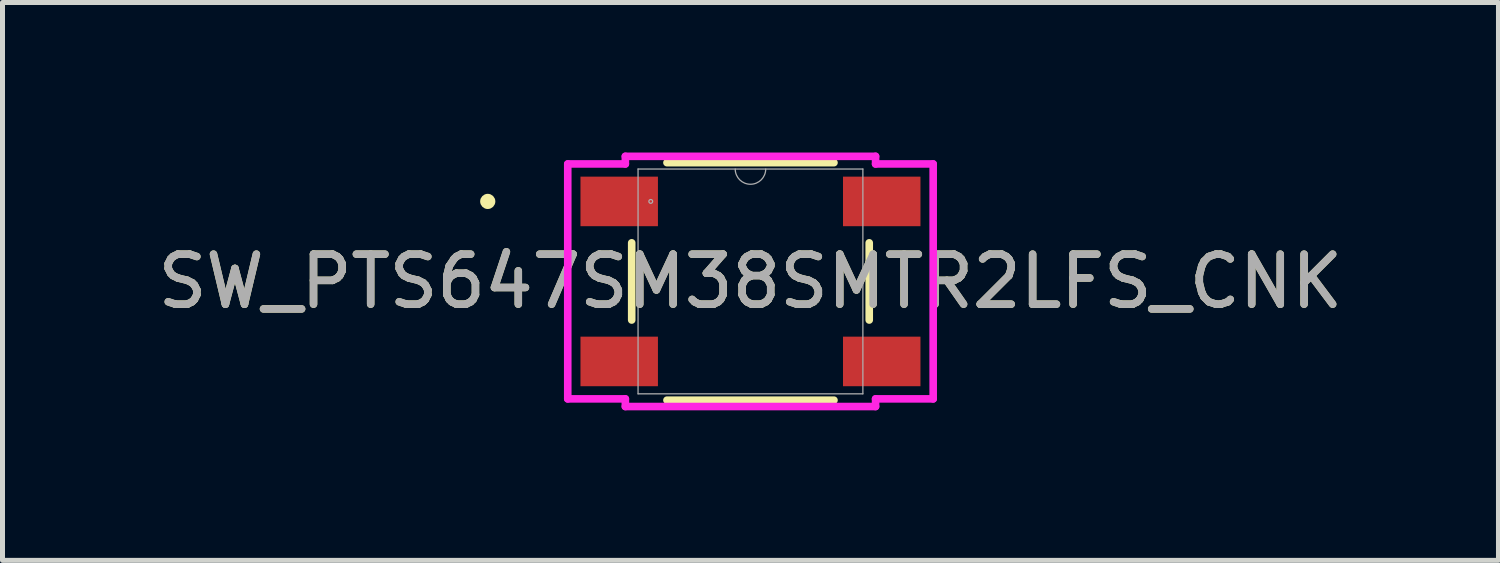
<source format=kicad_pcb>
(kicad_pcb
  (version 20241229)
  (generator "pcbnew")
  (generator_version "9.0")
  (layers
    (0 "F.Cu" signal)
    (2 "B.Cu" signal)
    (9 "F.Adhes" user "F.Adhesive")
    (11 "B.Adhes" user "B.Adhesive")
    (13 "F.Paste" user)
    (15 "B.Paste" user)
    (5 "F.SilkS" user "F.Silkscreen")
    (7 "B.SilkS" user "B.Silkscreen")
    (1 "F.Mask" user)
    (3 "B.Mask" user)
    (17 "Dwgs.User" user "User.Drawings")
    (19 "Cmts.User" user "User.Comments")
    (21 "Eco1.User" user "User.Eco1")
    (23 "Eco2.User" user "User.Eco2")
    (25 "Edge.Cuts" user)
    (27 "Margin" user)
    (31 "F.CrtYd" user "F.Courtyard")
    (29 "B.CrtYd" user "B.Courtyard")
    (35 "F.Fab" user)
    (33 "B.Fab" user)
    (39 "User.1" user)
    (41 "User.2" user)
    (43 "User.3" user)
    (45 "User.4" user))
  (footprint "SW_PTS647SM38SMTR2LFS_CNK"
    (layer "F.Cu")
    (at 11.958 2.578)
    (property "Reference" "SW_PTS647SM38SMTR2LFS_CNK" (at 0 0 0) (unlocked yes) (layer "F.SilkS") (effects (font (size 1 1) (thickness 0.15))))
    (attr smd)
    (fp_line (start -2.375 -0.772) (end -2.375 0.772) (stroke (width 0.152) (type solid)) (layer "F.SilkS"))
    (fp_line (start -1.67 2.375) (end 1.67 2.375) (stroke (width 0.152) (type solid)) (layer "F.SilkS"))
    (fp_line (start 1.67 -2.375) (end -1.67 -2.375) (stroke (width 0.152) (type solid)) (layer "F.SilkS"))
    (fp_line (start 2.375 0.772) (end 2.375 -0.772) (stroke (width 0.152) (type solid)) (layer "F.SilkS"))
    (fp_circle (center -5.254 -1.6) (end -5.178 -1.6) (stroke (width 0.152) (type solid)) (fill no) (layer "F.SilkS"))
    (fp_line (start -3.654 -2.349) (end -2.502 -2.349) (stroke (width 0.152) (type solid)) (layer "F.CrtYd"))
    (fp_line (start -3.654 2.349) (end -3.654 -2.349) (stroke (width 0.152) (type solid)) (layer "F.CrtYd"))
    (fp_line (start -3.654 2.349) (end -2.502 2.349) (stroke (width 0.152) (type solid)) (layer "F.CrtYd"))
    (fp_line (start -2.502 -2.502) (end 2.502 -2.502) (stroke (width 0.152) (type solid)) (layer "F.CrtYd"))
    (fp_line (start -2.502 -2.349) (end -2.502 -2.502) (stroke (width 0.152) (type solid)) (layer "F.CrtYd"))
    (fp_line (start -2.502 2.502) (end -2.502 2.349) (stroke (width 0.152) (type solid)) (layer "F.CrtYd"))
    (fp_line (start 2.502 -2.502) (end 2.502 -2.349) (stroke (width 0.152) (type solid)) (layer "F.CrtYd"))
    (fp_line (start 2.502 2.349) (end 2.502 2.502) (stroke (width 0.152) (type solid)) (layer "F.CrtYd"))
    (fp_line (start 2.502 2.502) (end -2.502 2.502) (stroke (width 0.152) (type solid)) (layer "F.CrtYd"))
    (fp_line (start 3.654 -2.349) (end 2.502 -2.349) (stroke (width 0.152) (type solid)) (layer "F.CrtYd"))
    (fp_line (start 3.654 -2.349) (end 3.654 2.349) (stroke (width 0.152) (type solid)) (layer "F.CrtYd"))
    (fp_line (start 3.654 2.349) (end 2.502 2.349) (stroke (width 0.152) (type solid)) (layer "F.CrtYd"))
    (fp_line (start -2.248 -2.248) (end -2.248 2.248) (stroke (width 0.025) (type solid)) (layer "F.Fab"))
    (fp_line (start -2.248 2.248) (end 2.248 2.248) (stroke (width 0.025) (type solid)) (layer "F.Fab"))
    (fp_line (start 2.248 -2.248) (end -2.248 -2.248) (stroke (width 0.025) (type solid)) (layer "F.Fab"))
    (fp_line (start 2.248 2.248) (end 2.248 -2.248) (stroke (width 0.025) (type solid)) (layer "F.Fab"))
    (fp_arc (start 0.3048 -2.2479) (mid 0 -1.9431) (end -0.3048 -2.2479) (stroke (width 0.0254) (type solid)) (layer "F.Fab"))
    (fp_circle (center -1.994 -1.6) (end -1.956 -1.6) (stroke (width 0.025) (type solid)) (fill no) (layer "F.Fab"))
    (fp_text user "${REFERENCE}" (at 0 0 0) (unlocked yes) (layer "F.Fab") (effects (font (size 1 1) (thickness 0.15))))
    (pad "1" smd rect (at -2.625 -1.6) (size 1.549 0.991) (layers "F.Cu" "F.Mask" "F.Paste"))
    (pad "2" smd rect (at 2.625 -1.6) (size 1.549 0.991) (layers "F.Cu" "F.Mask" "F.Paste"))
    (pad "3" smd rect (at -2.625 1.6) (size 1.549 0.991) (layers "F.Cu" "F.Mask" "F.Paste"))
    (pad "4" smd rect (at 2.625 1.6) (size 1.549 0.991) (layers "F.Cu" "F.Mask" "F.Paste")))
  (gr_rect
    (start -3 -3)
    (end 26.917 8.156)
    (stroke (width 0.1) (type default))
    (fill no)
    (layer "Edge.Cuts")))
</source>
